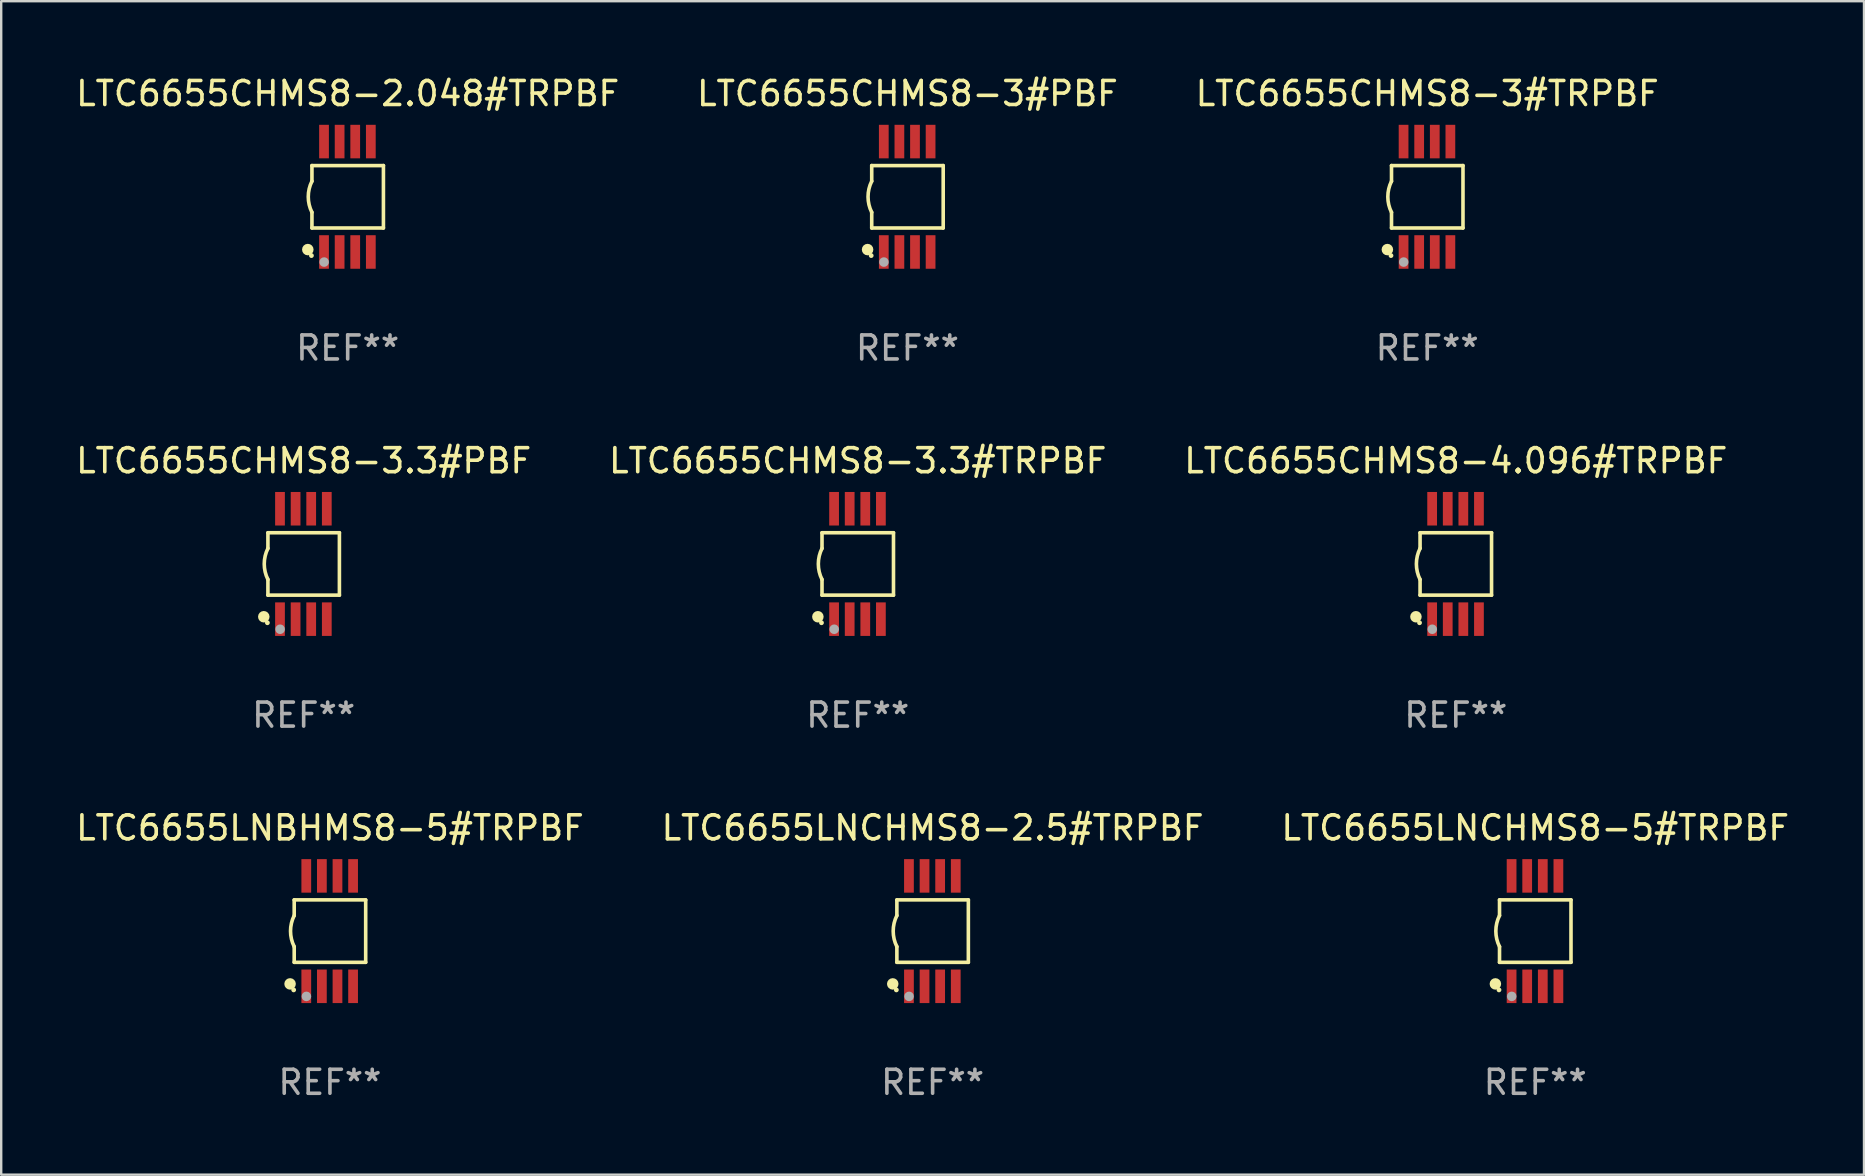
<source format=kicad_pcb>
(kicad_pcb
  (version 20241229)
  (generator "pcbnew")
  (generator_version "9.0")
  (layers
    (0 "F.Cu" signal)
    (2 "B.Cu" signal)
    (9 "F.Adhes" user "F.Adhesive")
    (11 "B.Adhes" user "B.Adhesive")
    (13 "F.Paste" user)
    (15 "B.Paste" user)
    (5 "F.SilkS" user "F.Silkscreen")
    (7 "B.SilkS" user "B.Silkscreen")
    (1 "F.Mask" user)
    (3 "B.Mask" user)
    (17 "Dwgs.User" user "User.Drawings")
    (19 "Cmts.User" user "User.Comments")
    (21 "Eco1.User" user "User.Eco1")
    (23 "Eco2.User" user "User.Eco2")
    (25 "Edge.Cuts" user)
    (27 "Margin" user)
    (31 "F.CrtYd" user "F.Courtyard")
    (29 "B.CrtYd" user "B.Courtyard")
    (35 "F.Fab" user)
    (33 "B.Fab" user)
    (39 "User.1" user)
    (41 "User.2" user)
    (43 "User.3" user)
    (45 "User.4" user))
  (footprint "LTC6655LNCHMS8-5#TRPBF"
    (layer "F.Cu")
    (at 60.911 35.741)
    (property "Reference" "LTC6655LNCHMS8-5#TRPBF" (at 0 -4.3 0) (layer "F.SilkS") (effects (font (size 1 1) (thickness 0.15))))
    (attr through_hole)
    (fp_line (start -1.489 -1.3) (end -1.489 -0.648) (stroke (width 0.15) (type solid)) (layer "F.SilkS"))
    (fp_line (start -1.489 0.648) (end -1.489 1.3) (stroke (width 0.15) (type solid)) (layer "F.SilkS"))
    (fp_line (start -1.489 1.3) (end 1.489 1.3) (stroke (width 0.15) (type solid)) (layer "F.SilkS"))
    (fp_line (start 1.489 -1.3) (end -1.489 -1.3) (stroke (width 0.15) (type solid)) (layer "F.SilkS"))
    (fp_line (start 1.489 1.3) (end 1.489 -1.3) (stroke (width 0.15) (type solid)) (layer "F.SilkS"))
    (fp_arc (start -1.489205 0.647702) (mid -1.642107 0) (end -1.489205 -0.647701) (stroke (width 0.150013) (type solid)) (layer "F.SilkS"))
    (fp_circle (center -1.661 2.2) (end -1.541 2.2) (stroke (width 0.24) (type solid)) (fill no) (layer "F.SilkS"))
    (fp_circle (center -1.511 2.45) (end -1.461 2.45) (stroke (width 0.1) (type solid)) (fill no) (layer "F.SilkS"))
    (fp_circle (center -0.981 2.72) (end -0.881 2.72) (stroke (width 0.2) (type solid)) (fill no) (layer "F.Fab"))
    (fp_text user "REF**" (at 0 6.3 0) (layer "F.Fab") (effects (font (size 1 1) (thickness 0.15))))
    (pad "1" smd rect (at -0.986 2.3) (size 0.406 1.397) (layers "F.Cu" "F.Mask" "F.Paste"))
    (pad "2" smd rect (at -0.336 2.3) (size 0.406 1.397) (layers "F.Cu" "F.Mask" "F.Paste"))
    (pad "3" smd rect (at 0.314 2.3) (size 0.406 1.397) (layers "F.Cu" "F.Mask" "F.Paste"))
    (pad "4" smd rect (at 0.964 2.3) (size 0.406 1.397) (layers "F.Cu" "F.Mask" "F.Paste"))
    (pad "5" smd rect (at 0.964 -2.3) (size 0.406 1.397) (layers "F.Cu" "F.Mask" "F.Paste"))
    (pad "6" smd rect (at 0.314 -2.3) (size 0.406 1.397) (layers "F.Cu" "F.Mask" "F.Paste"))
    (pad "7" smd rect (at -0.336 -2.3) (size 0.406 1.397) (layers "F.Cu" "F.Mask" "F.Paste"))
    (pad "8" smd rect (at -0.986 -2.3) (size 0.406 1.397) (layers "F.Cu" "F.Mask" "F.Paste")))
  (footprint "LTC6655CHMS8-3#PBF"
    (layer "F.Cu")
    (at 34.756 5.148)
    (property "Reference" "LTC6655CHMS8-3#PBF" (at 0 -4.3 0) (layer "F.SilkS") (effects (font (size 1 1) (thickness 0.15))))
    (attr through_hole)
    (fp_line (start -1.489 -1.3) (end -1.489 -0.648) (stroke (width 0.15) (type solid)) (layer "F.SilkS"))
    (fp_line (start -1.489 0.648) (end -1.489 1.3) (stroke (width 0.15) (type solid)) (layer "F.SilkS"))
    (fp_line (start -1.489 1.3) (end 1.489 1.3) (stroke (width 0.15) (type solid)) (layer "F.SilkS"))
    (fp_line (start 1.489 -1.3) (end -1.489 -1.3) (stroke (width 0.15) (type solid)) (layer "F.SilkS"))
    (fp_line (start 1.489 1.3) (end 1.489 -1.3) (stroke (width 0.15) (type solid)) (layer "F.SilkS"))
    (fp_arc (start -1.489205 0.647702) (mid -1.642107 0) (end -1.489205 -0.647701) (stroke (width 0.150013) (type solid)) (layer "F.SilkS"))
    (fp_circle (center -1.661 2.2) (end -1.541 2.2) (stroke (width 0.24) (type solid)) (fill no) (layer "F.SilkS"))
    (fp_circle (center -1.511 2.45) (end -1.461 2.45) (stroke (width 0.1) (type solid)) (fill no) (layer "F.SilkS"))
    (fp_circle (center -0.981 2.72) (end -0.881 2.72) (stroke (width 0.2) (type solid)) (fill no) (layer "F.Fab"))
    (fp_text user "REF**" (at 0 6.3 0) (layer "F.Fab") (effects (font (size 1 1) (thickness 0.15))))
    (pad "1" smd rect (at -0.986 2.3) (size 0.406 1.397) (layers "F.Cu" "F.Mask" "F.Paste"))
    (pad "2" smd rect (at -0.336 2.3) (size 0.406 1.397) (layers "F.Cu" "F.Mask" "F.Paste"))
    (pad "3" smd rect (at 0.314 2.3) (size 0.406 1.397) (layers "F.Cu" "F.Mask" "F.Paste"))
    (pad "4" smd rect (at 0.964 2.3) (size 0.406 1.397) (layers "F.Cu" "F.Mask" "F.Paste"))
    (pad "5" smd rect (at 0.964 -2.3) (size 0.406 1.397) (layers "F.Cu" "F.Mask" "F.Paste"))
    (pad "6" smd rect (at 0.314 -2.3) (size 0.406 1.397) (layers "F.Cu" "F.Mask" "F.Paste"))
    (pad "7" smd rect (at -0.336 -2.3) (size 0.406 1.397) (layers "F.Cu" "F.Mask" "F.Paste"))
    (pad "8" smd rect (at -0.986 -2.3) (size 0.406 1.397) (layers "F.Cu" "F.Mask" "F.Paste")))
  (footprint "LTC6655CHMS8-2.048#TRPBF"
    (layer "F.Cu")
    (at 11.435 5.148)
    (property "Reference" "LTC6655CHMS8-2.048#TRPBF" (at 0 -4.3 0) (layer "F.SilkS") (effects (font (size 1 1) (thickness 0.15))))
    (attr through_hole)
    (fp_line (start -1.489 -1.3) (end -1.489 -0.648) (stroke (width 0.15) (type solid)) (layer "F.SilkS"))
    (fp_line (start -1.489 0.648) (end -1.489 1.3) (stroke (width 0.15) (type solid)) (layer "F.SilkS"))
    (fp_line (start -1.489 1.3) (end 1.489 1.3) (stroke (width 0.15) (type solid)) (layer "F.SilkS"))
    (fp_line (start 1.489 -1.3) (end -1.489 -1.3) (stroke (width 0.15) (type solid)) (layer "F.SilkS"))
    (fp_line (start 1.489 1.3) (end 1.489 -1.3) (stroke (width 0.15) (type solid)) (layer "F.SilkS"))
    (fp_arc (start -1.489205 0.647702) (mid -1.642107 0) (end -1.489205 -0.647701) (stroke (width 0.150013) (type solid)) (layer "F.SilkS"))
    (fp_circle (center -1.661 2.2) (end -1.541 2.2) (stroke (width 0.24) (type solid)) (fill no) (layer "F.SilkS"))
    (fp_circle (center -1.511 2.45) (end -1.461 2.45) (stroke (width 0.1) (type solid)) (fill no) (layer "F.SilkS"))
    (fp_circle (center -0.981 2.72) (end -0.881 2.72) (stroke (width 0.2) (type solid)) (fill no) (layer "F.Fab"))
    (fp_text user "REF**" (at 0 6.3 0) (layer "F.Fab") (effects (font (size 1 1) (thickness 0.15))))
    (pad "1" smd rect (at -0.986 2.3) (size 0.406 1.397) (layers "F.Cu" "F.Mask" "F.Paste"))
    (pad "2" smd rect (at -0.336 2.3) (size 0.406 1.397) (layers "F.Cu" "F.Mask" "F.Paste"))
    (pad "3" smd rect (at 0.314 2.3) (size 0.406 1.397) (layers "F.Cu" "F.Mask" "F.Paste"))
    (pad "4" smd rect (at 0.964 2.3) (size 0.406 1.397) (layers "F.Cu" "F.Mask" "F.Paste"))
    (pad "5" smd rect (at 0.964 -2.3) (size 0.406 1.397) (layers "F.Cu" "F.Mask" "F.Paste"))
    (pad "6" smd rect (at 0.314 -2.3) (size 0.406 1.397) (layers "F.Cu" "F.Mask" "F.Paste"))
    (pad "7" smd rect (at -0.336 -2.3) (size 0.406 1.397) (layers "F.Cu" "F.Mask" "F.Paste"))
    (pad "8" smd rect (at -0.986 -2.3) (size 0.406 1.397) (layers "F.Cu" "F.Mask" "F.Paste")))
  (footprint "LTC6655CHMS8-3.3#PBF"
    (layer "F.Cu")
    (at 9.601 20.445)
    (property "Reference" "LTC6655CHMS8-3.3#PBF" (at 0 -4.3 0) (layer "F.SilkS") (effects (font (size 1 1) (thickness 0.15))))
    (attr through_hole)
    (fp_line (start -1.489 -1.3) (end -1.489 -0.648) (stroke (width 0.15) (type solid)) (layer "F.SilkS"))
    (fp_line (start -1.489 0.648) (end -1.489 1.3) (stroke (width 0.15) (type solid)) (layer "F.SilkS"))
    (fp_line (start -1.489 1.3) (end 1.489 1.3) (stroke (width 0.15) (type solid)) (layer "F.SilkS"))
    (fp_line (start 1.489 -1.3) (end -1.489 -1.3) (stroke (width 0.15) (type solid)) (layer "F.SilkS"))
    (fp_line (start 1.489 1.3) (end 1.489 -1.3) (stroke (width 0.15) (type solid)) (layer "F.SilkS"))
    (fp_arc (start -1.489205 0.647702) (mid -1.642107 0) (end -1.489205 -0.647701) (stroke (width 0.150013) (type solid)) (layer "F.SilkS"))
    (fp_circle (center -1.661 2.2) (end -1.541 2.2) (stroke (width 0.24) (type solid)) (fill no) (layer "F.SilkS"))
    (fp_circle (center -1.511 2.45) (end -1.461 2.45) (stroke (width 0.1) (type solid)) (fill no) (layer "F.SilkS"))
    (fp_circle (center -0.981 2.72) (end -0.881 2.72) (stroke (width 0.2) (type solid)) (fill no) (layer "F.Fab"))
    (fp_text user "REF**" (at 0 6.3 0) (layer "F.Fab") (effects (font (size 1 1) (thickness 0.15))))
    (pad "1" smd rect (at -0.986 2.3) (size 0.406 1.397) (layers "F.Cu" "F.Mask" "F.Paste"))
    (pad "2" smd rect (at -0.336 2.3) (size 0.406 1.397) (layers "F.Cu" "F.Mask" "F.Paste"))
    (pad "3" smd rect (at 0.314 2.3) (size 0.406 1.397) (layers "F.Cu" "F.Mask" "F.Paste"))
    (pad "4" smd rect (at 0.964 2.3) (size 0.406 1.397) (layers "F.Cu" "F.Mask" "F.Paste"))
    (pad "5" smd rect (at 0.964 -2.3) (size 0.406 1.397) (layers "F.Cu" "F.Mask" "F.Paste"))
    (pad "6" smd rect (at 0.314 -2.3) (size 0.406 1.397) (layers "F.Cu" "F.Mask" "F.Paste"))
    (pad "7" smd rect (at -0.336 -2.3) (size 0.406 1.397) (layers "F.Cu" "F.Mask" "F.Paste"))
    (pad "8" smd rect (at -0.986 -2.3) (size 0.406 1.397) (layers "F.Cu" "F.Mask" "F.Paste")))
  (footprint "LTC6655LNCHMS8-2.5#TRPBF"
    (layer "F.Cu")
    (at 35.804 35.741)
    (property "Reference" "LTC6655LNCHMS8-2.5#TRPBF" (at 0 -4.3 0) (layer "F.SilkS") (effects (font (size 1 1) (thickness 0.15))))
    (attr through_hole)
    (fp_line (start -1.489 -1.3) (end -1.489 -0.648) (stroke (width 0.15) (type solid)) (layer "F.SilkS"))
    (fp_line (start -1.489 0.648) (end -1.489 1.3) (stroke (width 0.15) (type solid)) (layer "F.SilkS"))
    (fp_line (start -1.489 1.3) (end 1.489 1.3) (stroke (width 0.15) (type solid)) (layer "F.SilkS"))
    (fp_line (start 1.489 -1.3) (end -1.489 -1.3) (stroke (width 0.15) (type solid)) (layer "F.SilkS"))
    (fp_line (start 1.489 1.3) (end 1.489 -1.3) (stroke (width 0.15) (type solid)) (layer "F.SilkS"))
    (fp_arc (start -1.489205 0.647702) (mid -1.642107 0) (end -1.489205 -0.647701) (stroke (width 0.150013) (type solid)) (layer "F.SilkS"))
    (fp_circle (center -1.661 2.2) (end -1.541 2.2) (stroke (width 0.24) (type solid)) (fill no) (layer "F.SilkS"))
    (fp_circle (center -1.511 2.45) (end -1.461 2.45) (stroke (width 0.1) (type solid)) (fill no) (layer "F.SilkS"))
    (fp_circle (center -0.981 2.72) (end -0.881 2.72) (stroke (width 0.2) (type solid)) (fill no) (layer "F.Fab"))
    (fp_text user "REF**" (at 0 6.3 0) (layer "F.Fab") (effects (font (size 1 1) (thickness 0.15))))
    (pad "1" smd rect (at -0.986 2.3) (size 0.406 1.397) (layers "F.Cu" "F.Mask" "F.Paste"))
    (pad "2" smd rect (at -0.336 2.3) (size 0.406 1.397) (layers "F.Cu" "F.Mask" "F.Paste"))
    (pad "3" smd rect (at 0.314 2.3) (size 0.406 1.397) (layers "F.Cu" "F.Mask" "F.Paste"))
    (pad "4" smd rect (at 0.964 2.3) (size 0.406 1.397) (layers "F.Cu" "F.Mask" "F.Paste"))
    (pad "5" smd rect (at 0.964 -2.3) (size 0.406 1.397) (layers "F.Cu" "F.Mask" "F.Paste"))
    (pad "6" smd rect (at 0.314 -2.3) (size 0.406 1.397) (layers "F.Cu" "F.Mask" "F.Paste"))
    (pad "7" smd rect (at -0.336 -2.3) (size 0.406 1.397) (layers "F.Cu" "F.Mask" "F.Paste"))
    (pad "8" smd rect (at -0.986 -2.3) (size 0.406 1.397) (layers "F.Cu" "F.Mask" "F.Paste")))
  (footprint "LTC6655CHMS8-3.3#TRPBF"
    (layer "F.Cu")
    (at 32.685 20.445)
    (property "Reference" "LTC6655CHMS8-3.3#TRPBF" (at 0 -4.3 0) (layer "F.SilkS") (effects (font (size 1 1) (thickness 0.15))))
    (attr through_hole)
    (fp_line (start -1.489 -1.3) (end -1.489 -0.648) (stroke (width 0.15) (type solid)) (layer "F.SilkS"))
    (fp_line (start -1.489 0.648) (end -1.489 1.3) (stroke (width 0.15) (type solid)) (layer "F.SilkS"))
    (fp_line (start -1.489 1.3) (end 1.489 1.3) (stroke (width 0.15) (type solid)) (layer "F.SilkS"))
    (fp_line (start 1.489 -1.3) (end -1.489 -1.3) (stroke (width 0.15) (type solid)) (layer "F.SilkS"))
    (fp_line (start 1.489 1.3) (end 1.489 -1.3) (stroke (width 0.15) (type solid)) (layer "F.SilkS"))
    (fp_arc (start -1.489205 0.647702) (mid -1.642107 0) (end -1.489205 -0.647701) (stroke (width 0.150013) (type solid)) (layer "F.SilkS"))
    (fp_circle (center -1.661 2.2) (end -1.541 2.2) (stroke (width 0.24) (type solid)) (fill no) (layer "F.SilkS"))
    (fp_circle (center -1.511 2.45) (end -1.461 2.45) (stroke (width 0.1) (type solid)) (fill no) (layer "F.SilkS"))
    (fp_circle (center -0.981 2.72) (end -0.881 2.72) (stroke (width 0.2) (type solid)) (fill no) (layer "F.Fab"))
    (fp_text user "REF**" (at 0 6.3 0) (layer "F.Fab") (effects (font (size 1 1) (thickness 0.15))))
    (pad "1" smd rect (at -0.986 2.3) (size 0.406 1.397) (layers "F.Cu" "F.Mask" "F.Paste"))
    (pad "2" smd rect (at -0.336 2.3) (size 0.406 1.397) (layers "F.Cu" "F.Mask" "F.Paste"))
    (pad "3" smd rect (at 0.314 2.3) (size 0.406 1.397) (layers "F.Cu" "F.Mask" "F.Paste"))
    (pad "4" smd rect (at 0.964 2.3) (size 0.406 1.397) (layers "F.Cu" "F.Mask" "F.Paste"))
    (pad "5" smd rect (at 0.964 -2.3) (size 0.406 1.397) (layers "F.Cu" "F.Mask" "F.Paste"))
    (pad "6" smd rect (at 0.314 -2.3) (size 0.406 1.397) (layers "F.Cu" "F.Mask" "F.Paste"))
    (pad "7" smd rect (at -0.336 -2.3) (size 0.406 1.397) (layers "F.Cu" "F.Mask" "F.Paste"))
    (pad "8" smd rect (at -0.986 -2.3) (size 0.406 1.397) (layers "F.Cu" "F.Mask" "F.Paste")))
  (footprint "LTC6655LNBHMS8-5#TRPBF"
    (layer "F.Cu")
    (at 10.696 35.741)
    (property "Reference" "LTC6655LNBHMS8-5#TRPBF" (at 0 -4.3 0) (layer "F.SilkS") (effects (font (size 1 1) (thickness 0.15))))
    (attr through_hole)
    (fp_line (start -1.489 -1.3) (end -1.489 -0.648) (stroke (width 0.15) (type solid)) (layer "F.SilkS"))
    (fp_line (start -1.489 0.648) (end -1.489 1.3) (stroke (width 0.15) (type solid)) (layer "F.SilkS"))
    (fp_line (start -1.489 1.3) (end 1.489 1.3) (stroke (width 0.15) (type solid)) (layer "F.SilkS"))
    (fp_line (start 1.489 -1.3) (end -1.489 -1.3) (stroke (width 0.15) (type solid)) (layer "F.SilkS"))
    (fp_line (start 1.489 1.3) (end 1.489 -1.3) (stroke (width 0.15) (type solid)) (layer "F.SilkS"))
    (fp_arc (start -1.489205 0.647702) (mid -1.642107 0) (end -1.489205 -0.647701) (stroke (width 0.150013) (type solid)) (layer "F.SilkS"))
    (fp_circle (center -1.661 2.2) (end -1.541 2.2) (stroke (width 0.24) (type solid)) (fill no) (layer "F.SilkS"))
    (fp_circle (center -1.511 2.45) (end -1.461 2.45) (stroke (width 0.1) (type solid)) (fill no) (layer "F.SilkS"))
    (fp_circle (center -0.981 2.72) (end -0.881 2.72) (stroke (width 0.2) (type solid)) (fill no) (layer "F.Fab"))
    (fp_text user "REF**" (at 0 6.3 0) (layer "F.Fab") (effects (font (size 1 1) (thickness 0.15))))
    (pad "1" smd rect (at -0.986 2.3) (size 0.406 1.397) (layers "F.Cu" "F.Mask" "F.Paste"))
    (pad "2" smd rect (at -0.336 2.3) (size 0.406 1.397) (layers "F.Cu" "F.Mask" "F.Paste"))
    (pad "3" smd rect (at 0.314 2.3) (size 0.406 1.397) (layers "F.Cu" "F.Mask" "F.Paste"))
    (pad "4" smd rect (at 0.964 2.3) (size 0.406 1.397) (layers "F.Cu" "F.Mask" "F.Paste"))
    (pad "5" smd rect (at 0.964 -2.3) (size 0.406 1.397) (layers "F.Cu" "F.Mask" "F.Paste"))
    (pad "6" smd rect (at 0.314 -2.3) (size 0.406 1.397) (layers "F.Cu" "F.Mask" "F.Paste"))
    (pad "7" smd rect (at -0.336 -2.3) (size 0.406 1.397) (layers "F.Cu" "F.Mask" "F.Paste"))
    (pad "8" smd rect (at -0.986 -2.3) (size 0.406 1.397) (layers "F.Cu" "F.Mask" "F.Paste")))
  (footprint "LTC6655CHMS8-3#TRPBF"
    (layer "F.Cu")
    (at 56.411 5.148)
    (property "Reference" "LTC6655CHMS8-3#TRPBF" (at 0 -4.3 0) (layer "F.SilkS") (effects (font (size 1 1) (thickness 0.15))))
    (attr through_hole)
    (fp_line (start -1.489 -1.3) (end -1.489 -0.648) (stroke (width 0.15) (type solid)) (layer "F.SilkS"))
    (fp_line (start -1.489 0.648) (end -1.489 1.3) (stroke (width 0.15) (type solid)) (layer "F.SilkS"))
    (fp_line (start -1.489 1.3) (end 1.489 1.3) (stroke (width 0.15) (type solid)) (layer "F.SilkS"))
    (fp_line (start 1.489 -1.3) (end -1.489 -1.3) (stroke (width 0.15) (type solid)) (layer "F.SilkS"))
    (fp_line (start 1.489 1.3) (end 1.489 -1.3) (stroke (width 0.15) (type solid)) (layer "F.SilkS"))
    (fp_arc (start -1.489205 0.647702) (mid -1.642107 0) (end -1.489205 -0.647701) (stroke (width 0.150013) (type solid)) (layer "F.SilkS"))
    (fp_circle (center -1.661 2.2) (end -1.541 2.2) (stroke (width 0.24) (type solid)) (fill no) (layer "F.SilkS"))
    (fp_circle (center -1.511 2.45) (end -1.461 2.45) (stroke (width 0.1) (type solid)) (fill no) (layer "F.SilkS"))
    (fp_circle (center -0.981 2.72) (end -0.881 2.72) (stroke (width 0.2) (type solid)) (fill no) (layer "F.Fab"))
    (fp_text user "REF**" (at 0 6.3 0) (layer "F.Fab") (effects (font (size 1 1) (thickness 0.15))))
    (pad "1" smd rect (at -0.986 2.3) (size 0.406 1.397) (layers "F.Cu" "F.Mask" "F.Paste"))
    (pad "2" smd rect (at -0.336 2.3) (size 0.406 1.397) (layers "F.Cu" "F.Mask" "F.Paste"))
    (pad "3" smd rect (at 0.314 2.3) (size 0.406 1.397) (layers "F.Cu" "F.Mask" "F.Paste"))
    (pad "4" smd rect (at 0.964 2.3) (size 0.406 1.397) (layers "F.Cu" "F.Mask" "F.Paste"))
    (pad "5" smd rect (at 0.964 -2.3) (size 0.406 1.397) (layers "F.Cu" "F.Mask" "F.Paste"))
    (pad "6" smd rect (at 0.314 -2.3) (size 0.406 1.397) (layers "F.Cu" "F.Mask" "F.Paste"))
    (pad "7" smd rect (at -0.336 -2.3) (size 0.406 1.397) (layers "F.Cu" "F.Mask" "F.Paste"))
    (pad "8" smd rect (at -0.986 -2.3) (size 0.406 1.397) (layers "F.Cu" "F.Mask" "F.Paste")))
  (footprint "LTC6655CHMS8-4.096#TRPBF"
    (layer "F.Cu")
    (at 57.601 20.445)
    (property "Reference" "LTC6655CHMS8-4.096#TRPBF" (at 0 -4.3 0) (layer "F.SilkS") (effects (font (size 1 1) (thickness 0.15))))
    (attr through_hole)
    (fp_line (start -1.489 -1.3) (end -1.489 -0.648) (stroke (width 0.15) (type solid)) (layer "F.SilkS"))
    (fp_line (start -1.489 0.648) (end -1.489 1.3) (stroke (width 0.15) (type solid)) (layer "F.SilkS"))
    (fp_line (start -1.489 1.3) (end 1.489 1.3) (stroke (width 0.15) (type solid)) (layer "F.SilkS"))
    (fp_line (start 1.489 -1.3) (end -1.489 -1.3) (stroke (width 0.15) (type solid)) (layer "F.SilkS"))
    (fp_line (start 1.489 1.3) (end 1.489 -1.3) (stroke (width 0.15) (type solid)) (layer "F.SilkS"))
    (fp_arc (start -1.489205 0.647702) (mid -1.642107 0) (end -1.489205 -0.647701) (stroke (width 0.150013) (type solid)) (layer "F.SilkS"))
    (fp_circle (center -1.661 2.2) (end -1.541 2.2) (stroke (width 0.24) (type solid)) (fill no) (layer "F.SilkS"))
    (fp_circle (center -1.511 2.45) (end -1.461 2.45) (stroke (width 0.1) (type solid)) (fill no) (layer "F.SilkS"))
    (fp_circle (center -0.981 2.72) (end -0.881 2.72) (stroke (width 0.2) (type solid)) (fill no) (layer "F.Fab"))
    (fp_text user "REF**" (at 0 6.3 0) (layer "F.Fab") (effects (font (size 1 1) (thickness 0.15))))
    (pad "1" smd rect (at -0.986 2.3) (size 0.406 1.397) (layers "F.Cu" "F.Mask" "F.Paste"))
    (pad "2" smd rect (at -0.336 2.3) (size 0.406 1.397) (layers "F.Cu" "F.Mask" "F.Paste"))
    (pad "3" smd rect (at 0.314 2.3) (size 0.406 1.397) (layers "F.Cu" "F.Mask" "F.Paste"))
    (pad "4" smd rect (at 0.964 2.3) (size 0.406 1.397) (layers "F.Cu" "F.Mask" "F.Paste"))
    (pad "5" smd rect (at 0.964 -2.3) (size 0.406 1.397) (layers "F.Cu" "F.Mask" "F.Paste"))
    (pad "6" smd rect (at 0.314 -2.3) (size 0.406 1.397) (layers "F.Cu" "F.Mask" "F.Paste"))
    (pad "7" smd rect (at -0.336 -2.3) (size 0.406 1.397) (layers "F.Cu" "F.Mask" "F.Paste"))
    (pad "8" smd rect (at -0.986 -2.3) (size 0.406 1.397) (layers "F.Cu" "F.Mask" "F.Paste")))
  (gr_rect
    (start -3 -3)
    (end 74.607 45.889)
    (stroke (width 0.1) (type default))
    (fill no)
    (layer "Edge.Cuts")))
</source>
